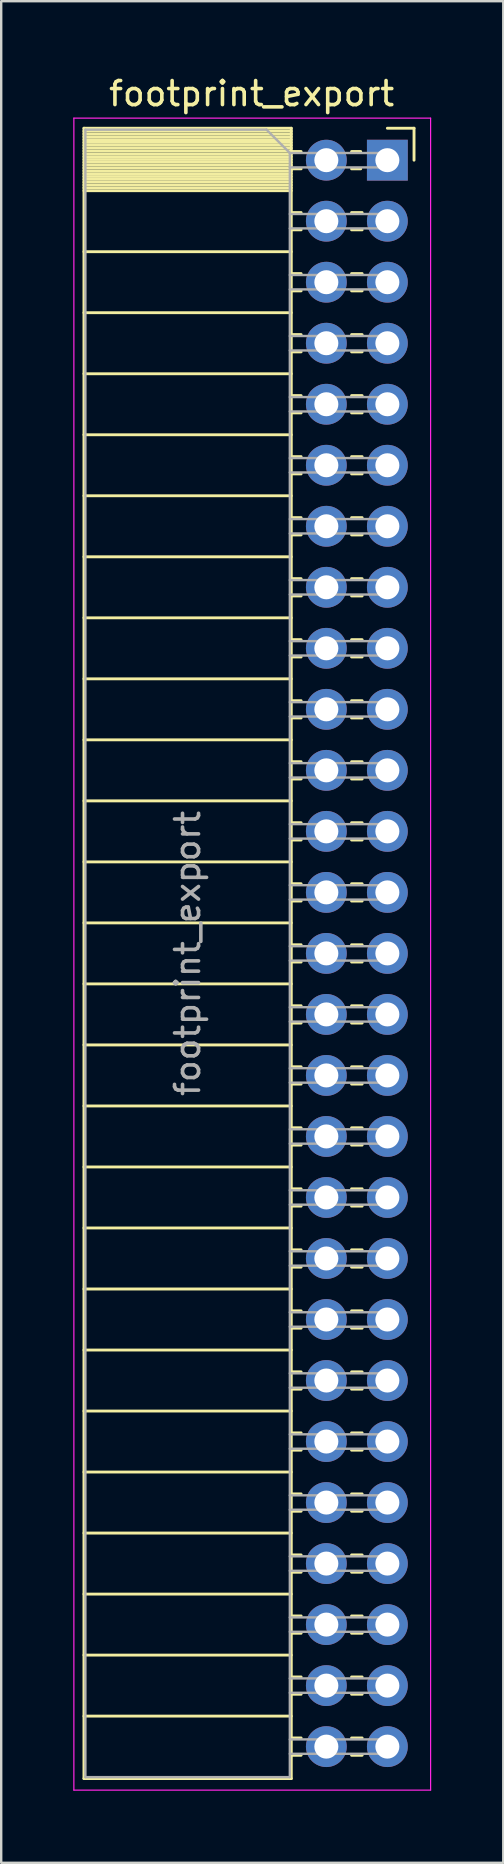
<source format=kicad_pcb>
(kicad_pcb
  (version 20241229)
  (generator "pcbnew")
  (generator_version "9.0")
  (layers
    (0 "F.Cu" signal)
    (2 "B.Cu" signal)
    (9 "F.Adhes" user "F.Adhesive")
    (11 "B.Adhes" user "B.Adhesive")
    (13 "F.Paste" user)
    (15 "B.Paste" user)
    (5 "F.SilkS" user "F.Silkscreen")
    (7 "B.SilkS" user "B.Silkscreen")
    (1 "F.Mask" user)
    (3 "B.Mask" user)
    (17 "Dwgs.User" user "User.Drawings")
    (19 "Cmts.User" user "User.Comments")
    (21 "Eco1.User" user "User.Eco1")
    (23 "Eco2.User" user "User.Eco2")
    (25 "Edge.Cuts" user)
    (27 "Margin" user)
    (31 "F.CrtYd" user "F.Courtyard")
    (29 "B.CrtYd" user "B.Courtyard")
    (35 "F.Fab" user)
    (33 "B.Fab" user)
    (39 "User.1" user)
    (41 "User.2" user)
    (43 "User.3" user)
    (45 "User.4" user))
  (footprint "footprint_export"
    (layer "F.Cu")
    (at 13.075 3.618)
    (property "Reference" "footprint_export" (at -5.65 -2.77 0) (layer "F.SilkS") (effects (font (size 1 1) (thickness 0.15))))
    (attr through_hole)
    (fp_line (start -12.63 -1.33) (end -12.63 67.37) (stroke (width 0.12) (type solid)) (layer "F.SilkS"))
    (fp_line (start -12.63 -1.33) (end -4 -1.33) (stroke (width 0.12) (type solid)) (layer "F.SilkS"))
    (fp_line (start -12.63 -1.21) (end -4 -1.21) (stroke (width 0.12) (type solid)) (layer "F.SilkS"))
    (fp_line (start -12.63 -1.092) (end -4 -1.092) (stroke (width 0.12) (type solid)) (layer "F.SilkS"))
    (fp_line (start -12.63 -0.974) (end -4 -0.974) (stroke (width 0.12) (type solid)) (layer "F.SilkS"))
    (fp_line (start -12.63 -0.856) (end -4 -0.856) (stroke (width 0.12) (type solid)) (layer "F.SilkS"))
    (fp_line (start -12.63 -0.738) (end -4 -0.738) (stroke (width 0.12) (type solid)) (layer "F.SilkS"))
    (fp_line (start -12.63 -0.62) (end -4 -0.62) (stroke (width 0.12) (type solid)) (layer "F.SilkS"))
    (fp_line (start -12.63 -0.501) (end -4 -0.501) (stroke (width 0.12) (type solid)) (layer "F.SilkS"))
    (fp_line (start -12.63 -0.383) (end -4 -0.383) (stroke (width 0.12) (type solid)) (layer "F.SilkS"))
    (fp_line (start -12.63 -0.265) (end -4 -0.265) (stroke (width 0.12) (type solid)) (layer "F.SilkS"))
    (fp_line (start -12.63 -0.147) (end -4 -0.147) (stroke (width 0.12) (type solid)) (layer "F.SilkS"))
    (fp_line (start -12.63 -0.029) (end -4 -0.029) (stroke (width 0.12) (type solid)) (layer "F.SilkS"))
    (fp_line (start -12.63 0.089) (end -4 0.089) (stroke (width 0.12) (type solid)) (layer "F.SilkS"))
    (fp_line (start -12.63 0.207) (end -4 0.207) (stroke (width 0.12) (type solid)) (layer "F.SilkS"))
    (fp_line (start -12.63 0.325) (end -4 0.325) (stroke (width 0.12) (type solid)) (layer "F.SilkS"))
    (fp_line (start -12.63 0.443) (end -4 0.443) (stroke (width 0.12) (type solid)) (layer "F.SilkS"))
    (fp_line (start -12.63 0.561) (end -4 0.561) (stroke (width 0.12) (type solid)) (layer "F.SilkS"))
    (fp_line (start -12.63 0.68) (end -4 0.68) (stroke (width 0.12) (type solid)) (layer "F.SilkS"))
    (fp_line (start -12.63 0.798) (end -4 0.798) (stroke (width 0.12) (type solid)) (layer "F.SilkS"))
    (fp_line (start -12.63 0.916) (end -4 0.916) (stroke (width 0.12) (type solid)) (layer "F.SilkS"))
    (fp_line (start -12.63 1.034) (end -4 1.034) (stroke (width 0.12) (type solid)) (layer "F.SilkS"))
    (fp_line (start -12.63 1.152) (end -4 1.152) (stroke (width 0.12) (type solid)) (layer "F.SilkS"))
    (fp_line (start -12.63 1.27) (end -4 1.27) (stroke (width 0.12) (type solid)) (layer "F.SilkS"))
    (fp_line (start -12.63 3.81) (end -4 3.81) (stroke (width 0.12) (type solid)) (layer "F.SilkS"))
    (fp_line (start -12.63 6.35) (end -4 6.35) (stroke (width 0.12) (type solid)) (layer "F.SilkS"))
    (fp_line (start -12.63 8.89) (end -4 8.89) (stroke (width 0.12) (type solid)) (layer "F.SilkS"))
    (fp_line (start -12.63 11.43) (end -4 11.43) (stroke (width 0.12) (type solid)) (layer "F.SilkS"))
    (fp_line (start -12.63 13.97) (end -4 13.97) (stroke (width 0.12) (type solid)) (layer "F.SilkS"))
    (fp_line (start -12.63 16.51) (end -4 16.51) (stroke (width 0.12) (type solid)) (layer "F.SilkS"))
    (fp_line (start -12.63 19.05) (end -4 19.05) (stroke (width 0.12) (type solid)) (layer "F.SilkS"))
    (fp_line (start -12.63 21.59) (end -4 21.59) (stroke (width 0.12) (type solid)) (layer "F.SilkS"))
    (fp_line (start -12.63 24.13) (end -4 24.13) (stroke (width 0.12) (type solid)) (layer "F.SilkS"))
    (fp_line (start -12.63 26.67) (end -4 26.67) (stroke (width 0.12) (type solid)) (layer "F.SilkS"))
    (fp_line (start -12.63 29.21) (end -4 29.21) (stroke (width 0.12) (type solid)) (layer "F.SilkS"))
    (fp_line (start -12.63 31.75) (end -4 31.75) (stroke (width 0.12) (type solid)) (layer "F.SilkS"))
    (fp_line (start -12.63 34.29) (end -4 34.29) (stroke (width 0.12) (type solid)) (layer "F.SilkS"))
    (fp_line (start -12.63 36.83) (end -4 36.83) (stroke (width 0.12) (type solid)) (layer "F.SilkS"))
    (fp_line (start -12.63 39.37) (end -4 39.37) (stroke (width 0.12) (type solid)) (layer "F.SilkS"))
    (fp_line (start -12.63 41.91) (end -4 41.91) (stroke (width 0.12) (type solid)) (layer "F.SilkS"))
    (fp_line (start -12.63 44.45) (end -4 44.45) (stroke (width 0.12) (type solid)) (layer "F.SilkS"))
    (fp_line (start -12.63 46.99) (end -4 46.99) (stroke (width 0.12) (type solid)) (layer "F.SilkS"))
    (fp_line (start -12.63 49.53) (end -4 49.53) (stroke (width 0.12) (type solid)) (layer "F.SilkS"))
    (fp_line (start -12.63 52.07) (end -4 52.07) (stroke (width 0.12) (type solid)) (layer "F.SilkS"))
    (fp_line (start -12.63 54.61) (end -4 54.61) (stroke (width 0.12) (type solid)) (layer "F.SilkS"))
    (fp_line (start -12.63 57.15) (end -4 57.15) (stroke (width 0.12) (type solid)) (layer "F.SilkS"))
    (fp_line (start -12.63 59.69) (end -4 59.69) (stroke (width 0.12) (type solid)) (layer "F.SilkS"))
    (fp_line (start -12.63 62.23) (end -4 62.23) (stroke (width 0.12) (type solid)) (layer "F.SilkS"))
    (fp_line (start -12.63 64.77) (end -4 64.77) (stroke (width 0.12) (type solid)) (layer "F.SilkS"))
    (fp_line (start -12.63 67.37) (end -4 67.37) (stroke (width 0.12) (type solid)) (layer "F.SilkS"))
    (fp_line (start -4 -1.33) (end -4 67.37) (stroke (width 0.12) (type solid)) (layer "F.SilkS"))
    (fp_line (start -4 -0.36) (end -3.59 -0.36) (stroke (width 0.12) (type solid)) (layer "F.SilkS"))
    (fp_line (start -4 0.36) (end -3.59 0.36) (stroke (width 0.12) (type solid)) (layer "F.SilkS"))
    (fp_line (start -4 2.18) (end -3.59 2.18) (stroke (width 0.12) (type solid)) (layer "F.SilkS"))
    (fp_line (start -4 2.9) (end -3.59 2.9) (stroke (width 0.12) (type solid)) (layer "F.SilkS"))
    (fp_line (start -4 4.72) (end -3.59 4.72) (stroke (width 0.12) (type solid)) (layer "F.SilkS"))
    (fp_line (start -4 5.44) (end -3.59 5.44) (stroke (width 0.12) (type solid)) (layer "F.SilkS"))
    (fp_line (start -4 7.26) (end -3.59 7.26) (stroke (width 0.12) (type solid)) (layer "F.SilkS"))
    (fp_line (start -4 7.98) (end -3.59 7.98) (stroke (width 0.12) (type solid)) (layer "F.SilkS"))
    (fp_line (start -4 9.8) (end -3.59 9.8) (stroke (width 0.12) (type solid)) (layer "F.SilkS"))
    (fp_line (start -4 10.52) (end -3.59 10.52) (stroke (width 0.12) (type solid)) (layer "F.SilkS"))
    (fp_line (start -4 12.34) (end -3.59 12.34) (stroke (width 0.12) (type solid)) (layer "F.SilkS"))
    (fp_line (start -4 13.06) (end -3.59 13.06) (stroke (width 0.12) (type solid)) (layer "F.SilkS"))
    (fp_line (start -4 14.88) (end -3.59 14.88) (stroke (width 0.12) (type solid)) (layer "F.SilkS"))
    (fp_line (start -4 15.6) (end -3.59 15.6) (stroke (width 0.12) (type solid)) (layer "F.SilkS"))
    (fp_line (start -4 17.42) (end -3.59 17.42) (stroke (width 0.12) (type solid)) (layer "F.SilkS"))
    (fp_line (start -4 18.14) (end -3.59 18.14) (stroke (width 0.12) (type solid)) (layer "F.SilkS"))
    (fp_line (start -4 19.96) (end -3.59 19.96) (stroke (width 0.12) (type solid)) (layer "F.SilkS"))
    (fp_line (start -4 20.68) (end -3.59 20.68) (stroke (width 0.12) (type solid)) (layer "F.SilkS"))
    (fp_line (start -4 22.5) (end -3.59 22.5) (stroke (width 0.12) (type solid)) (layer "F.SilkS"))
    (fp_line (start -4 23.22) (end -3.59 23.22) (stroke (width 0.12) (type solid)) (layer "F.SilkS"))
    (fp_line (start -4 25.04) (end -3.59 25.04) (stroke (width 0.12) (type solid)) (layer "F.SilkS"))
    (fp_line (start -4 25.76) (end -3.59 25.76) (stroke (width 0.12) (type solid)) (layer "F.SilkS"))
    (fp_line (start -4 27.58) (end -3.59 27.58) (stroke (width 0.12) (type solid)) (layer "F.SilkS"))
    (fp_line (start -4 28.3) (end -3.59 28.3) (stroke (width 0.12) (type solid)) (layer "F.SilkS"))
    (fp_line (start -4 30.12) (end -3.59 30.12) (stroke (width 0.12) (type solid)) (layer "F.SilkS"))
    (fp_line (start -4 30.84) (end -3.59 30.84) (stroke (width 0.12) (type solid)) (layer "F.SilkS"))
    (fp_line (start -4 32.66) (end -3.59 32.66) (stroke (width 0.12) (type solid)) (layer "F.SilkS"))
    (fp_line (start -4 33.38) (end -3.59 33.38) (stroke (width 0.12) (type solid)) (layer "F.SilkS"))
    (fp_line (start -4 35.2) (end -3.59 35.2) (stroke (width 0.12) (type solid)) (layer "F.SilkS"))
    (fp_line (start -4 35.92) (end -3.59 35.92) (stroke (width 0.12) (type solid)) (layer "F.SilkS"))
    (fp_line (start -4 37.74) (end -3.59 37.74) (stroke (width 0.12) (type solid)) (layer "F.SilkS"))
    (fp_line (start -4 38.46) (end -3.59 38.46) (stroke (width 0.12) (type solid)) (layer "F.SilkS"))
    (fp_line (start -4 40.28) (end -3.59 40.28) (stroke (width 0.12) (type solid)) (layer "F.SilkS"))
    (fp_line (start -4 41) (end -3.59 41) (stroke (width 0.12) (type solid)) (layer "F.SilkS"))
    (fp_line (start -4 42.82) (end -3.59 42.82) (stroke (width 0.12) (type solid)) (layer "F.SilkS"))
    (fp_line (start -4 43.54) (end -3.59 43.54) (stroke (width 0.12) (type solid)) (layer "F.SilkS"))
    (fp_line (start -4 45.36) (end -3.59 45.36) (stroke (width 0.12) (type solid)) (layer "F.SilkS"))
    (fp_line (start -4 46.08) (end -3.59 46.08) (stroke (width 0.12) (type solid)) (layer "F.SilkS"))
    (fp_line (start -4 47.9) (end -3.59 47.9) (stroke (width 0.12) (type solid)) (layer "F.SilkS"))
    (fp_line (start -4 48.62) (end -3.59 48.62) (stroke (width 0.12) (type solid)) (layer "F.SilkS"))
    (fp_line (start -4 50.44) (end -3.59 50.44) (stroke (width 0.12) (type solid)) (layer "F.SilkS"))
    (fp_line (start -4 51.16) (end -3.59 51.16) (stroke (width 0.12) (type solid)) (layer "F.SilkS"))
    (fp_line (start -4 52.98) (end -3.59 52.98) (stroke (width 0.12) (type solid)) (layer "F.SilkS"))
    (fp_line (start -4 53.7) (end -3.59 53.7) (stroke (width 0.12) (type solid)) (layer "F.SilkS"))
    (fp_line (start -4 55.52) (end -3.59 55.52) (stroke (width 0.12) (type solid)) (layer "F.SilkS"))
    (fp_line (start -4 56.24) (end -3.59 56.24) (stroke (width 0.12) (type solid)) (layer "F.SilkS"))
    (fp_line (start -4 58.06) (end -3.59 58.06) (stroke (width 0.12) (type solid)) (layer "F.SilkS"))
    (fp_line (start -4 58.78) (end -3.59 58.78) (stroke (width 0.12) (type solid)) (layer "F.SilkS"))
    (fp_line (start -4 60.6) (end -3.59 60.6) (stroke (width 0.12) (type solid)) (layer "F.SilkS"))
    (fp_line (start -4 61.32) (end -3.59 61.32) (stroke (width 0.12) (type solid)) (layer "F.SilkS"))
    (fp_line (start -4 63.14) (end -3.59 63.14) (stroke (width 0.12) (type solid)) (layer "F.SilkS"))
    (fp_line (start -4 63.86) (end -3.59 63.86) (stroke (width 0.12) (type solid)) (layer "F.SilkS"))
    (fp_line (start -4 65.68) (end -3.59 65.68) (stroke (width 0.12) (type solid)) (layer "F.SilkS"))
    (fp_line (start -4 66.4) (end -3.59 66.4) (stroke (width 0.12) (type solid)) (layer "F.SilkS"))
    (fp_line (start -1.49 -0.36) (end -1.11 -0.36) (stroke (width 0.12) (type solid)) (layer "F.SilkS"))
    (fp_line (start -1.49 0.36) (end -1.11 0.36) (stroke (width 0.12) (type solid)) (layer "F.SilkS"))
    (fp_line (start -1.49 2.18) (end -1.05 2.18) (stroke (width 0.12) (type solid)) (layer "F.SilkS"))
    (fp_line (start -1.49 2.9) (end -1.05 2.9) (stroke (width 0.12) (type solid)) (layer "F.SilkS"))
    (fp_line (start -1.49 4.72) (end -1.05 4.72) (stroke (width 0.12) (type solid)) (layer "F.SilkS"))
    (fp_line (start -1.49 5.44) (end -1.05 5.44) (stroke (width 0.12) (type solid)) (layer "F.SilkS"))
    (fp_line (start -1.49 7.26) (end -1.05 7.26) (stroke (width 0.12) (type solid)) (layer "F.SilkS"))
    (fp_line (start -1.49 7.98) (end -1.05 7.98) (stroke (width 0.12) (type solid)) (layer "F.SilkS"))
    (fp_line (start -1.49 9.8) (end -1.05 9.8) (stroke (width 0.12) (type solid)) (layer "F.SilkS"))
    (fp_line (start -1.49 10.52) (end -1.05 10.52) (stroke (width 0.12) (type solid)) (layer "F.SilkS"))
    (fp_line (start -1.49 12.34) (end -1.05 12.34) (stroke (width 0.12) (type solid)) (layer "F.SilkS"))
    (fp_line (start -1.49 13.06) (end -1.05 13.06) (stroke (width 0.12) (type solid)) (layer "F.SilkS"))
    (fp_line (start -1.49 14.88) (end -1.05 14.88) (stroke (width 0.12) (type solid)) (layer "F.SilkS"))
    (fp_line (start -1.49 15.6) (end -1.05 15.6) (stroke (width 0.12) (type solid)) (layer "F.SilkS"))
    (fp_line (start -1.49 17.42) (end -1.05 17.42) (stroke (width 0.12) (type solid)) (layer "F.SilkS"))
    (fp_line (start -1.49 18.14) (end -1.05 18.14) (stroke (width 0.12) (type solid)) (layer "F.SilkS"))
    (fp_line (start -1.49 19.96) (end -1.05 19.96) (stroke (width 0.12) (type solid)) (layer "F.SilkS"))
    (fp_line (start -1.49 20.68) (end -1.05 20.68) (stroke (width 0.12) (type solid)) (layer "F.SilkS"))
    (fp_line (start -1.49 22.5) (end -1.05 22.5) (stroke (width 0.12) (type solid)) (layer "F.SilkS"))
    (fp_line (start -1.49 23.22) (end -1.05 23.22) (stroke (width 0.12) (type solid)) (layer "F.SilkS"))
    (fp_line (start -1.49 25.04) (end -1.05 25.04) (stroke (width 0.12) (type solid)) (layer "F.SilkS"))
    (fp_line (start -1.49 25.76) (end -1.05 25.76) (stroke (width 0.12) (type solid)) (layer "F.SilkS"))
    (fp_line (start -1.49 27.58) (end -1.05 27.58) (stroke (width 0.12) (type solid)) (layer "F.SilkS"))
    (fp_line (start -1.49 28.3) (end -1.05 28.3) (stroke (width 0.12) (type solid)) (layer "F.SilkS"))
    (fp_line (start -1.49 30.12) (end -1.05 30.12) (stroke (width 0.12) (type solid)) (layer "F.SilkS"))
    (fp_line (start -1.49 30.84) (end -1.05 30.84) (stroke (width 0.12) (type solid)) (layer "F.SilkS"))
    (fp_line (start -1.49 32.66) (end -1.05 32.66) (stroke (width 0.12) (type solid)) (layer "F.SilkS"))
    (fp_line (start -1.49 33.38) (end -1.05 33.38) (stroke (width 0.12) (type solid)) (layer "F.SilkS"))
    (fp_line (start -1.49 35.2) (end -1.05 35.2) (stroke (width 0.12) (type solid)) (layer "F.SilkS"))
    (fp_line (start -1.49 35.92) (end -1.05 35.92) (stroke (width 0.12) (type solid)) (layer "F.SilkS"))
    (fp_line (start -1.49 37.74) (end -1.05 37.74) (stroke (width 0.12) (type solid)) (layer "F.SilkS"))
    (fp_line (start -1.49 38.46) (end -1.05 38.46) (stroke (width 0.12) (type solid)) (layer "F.SilkS"))
    (fp_line (start -1.49 40.28) (end -1.05 40.28) (stroke (width 0.12) (type solid)) (layer "F.SilkS"))
    (fp_line (start -1.49 41) (end -1.05 41) (stroke (width 0.12) (type solid)) (layer "F.SilkS"))
    (fp_line (start -1.49 42.82) (end -1.05 42.82) (stroke (width 0.12) (type solid)) (layer "F.SilkS"))
    (fp_line (start -1.49 43.54) (end -1.05 43.54) (stroke (width 0.12) (type solid)) (layer "F.SilkS"))
    (fp_line (start -1.49 45.36) (end -1.05 45.36) (stroke (width 0.12) (type solid)) (layer "F.SilkS"))
    (fp_line (start -1.49 46.08) (end -1.05 46.08) (stroke (width 0.12) (type solid)) (layer "F.SilkS"))
    (fp_line (start -1.49 47.9) (end -1.05 47.9) (stroke (width 0.12) (type solid)) (layer "F.SilkS"))
    (fp_line (start -1.49 48.62) (end -1.05 48.62) (stroke (width 0.12) (type solid)) (layer "F.SilkS"))
    (fp_line (start -1.49 50.44) (end -1.05 50.44) (stroke (width 0.12) (type solid)) (layer "F.SilkS"))
    (fp_line (start -1.49 51.16) (end -1.05 51.16) (stroke (width 0.12) (type solid)) (layer "F.SilkS"))
    (fp_line (start -1.49 52.98) (end -1.05 52.98) (stroke (width 0.12) (type solid)) (layer "F.SilkS"))
    (fp_line (start -1.49 53.7) (end -1.05 53.7) (stroke (width 0.12) (type solid)) (layer "F.SilkS"))
    (fp_line (start -1.49 55.52) (end -1.05 55.52) (stroke (width 0.12) (type solid)) (layer "F.SilkS"))
    (fp_line (start -1.49 56.24) (end -1.05 56.24) (stroke (width 0.12) (type solid)) (layer "F.SilkS"))
    (fp_line (start -1.49 58.06) (end -1.05 58.06) (stroke (width 0.12) (type solid)) (layer "F.SilkS"))
    (fp_line (start -1.49 58.78) (end -1.05 58.78) (stroke (width 0.12) (type solid)) (layer "F.SilkS"))
    (fp_line (start -1.49 60.6) (end -1.05 60.6) (stroke (width 0.12) (type solid)) (layer "F.SilkS"))
    (fp_line (start -1.49 61.32) (end -1.05 61.32) (stroke (width 0.12) (type solid)) (layer "F.SilkS"))
    (fp_line (start -1.49 63.14) (end -1.05 63.14) (stroke (width 0.12) (type solid)) (layer "F.SilkS"))
    (fp_line (start -1.49 63.86) (end -1.05 63.86) (stroke (width 0.12) (type solid)) (layer "F.SilkS"))
    (fp_line (start -1.49 65.68) (end -1.05 65.68) (stroke (width 0.12) (type solid)) (layer "F.SilkS"))
    (fp_line (start -1.49 66.4) (end -1.05 66.4) (stroke (width 0.12) (type solid)) (layer "F.SilkS"))
    (fp_line (start 0 -1.33) (end 1.11 -1.33) (stroke (width 0.12) (type solid)) (layer "F.SilkS"))
    (fp_line (start 1.11 -1.33) (end 1.11 0) (stroke (width 0.12) (type solid)) (layer "F.SilkS"))
    (fp_line (start -13.05 -1.75) (end -13.05 67.85) (stroke (width 0.05) (type solid)) (layer "F.CrtYd"))
    (fp_line (start -13.05 67.85) (end 1.8 67.85) (stroke (width 0.05) (type solid)) (layer "F.CrtYd"))
    (fp_line (start 1.8 -1.75) (end -13.05 -1.75) (stroke (width 0.05) (type solid)) (layer "F.CrtYd"))
    (fp_line (start 1.8 67.85) (end 1.8 -1.75) (stroke (width 0.05) (type solid)) (layer "F.CrtYd"))
    (fp_line (start -12.57 -1.27) (end -5.03 -1.27) (stroke (width 0.1) (type solid)) (layer "F.Fab"))
    (fp_line (start -12.57 67.31) (end -12.57 -1.27) (stroke (width 0.1) (type solid)) (layer "F.Fab"))
    (fp_line (start -5.03 -1.27) (end -4.06 -0.3) (stroke (width 0.1) (type solid)) (layer "F.Fab"))
    (fp_line (start -4.06 -0.3) (end -4.06 67.31) (stroke (width 0.1) (type solid)) (layer "F.Fab"))
    (fp_line (start -4.06 0.3) (end 0 0.3) (stroke (width 0.1) (type solid)) (layer "F.Fab"))
    (fp_line (start -4.06 2.84) (end 0 2.84) (stroke (width 0.1) (type solid)) (layer "F.Fab"))
    (fp_line (start -4.06 5.38) (end 0 5.38) (stroke (width 0.1) (type solid)) (layer "F.Fab"))
    (fp_line (start -4.06 7.92) (end 0 7.92) (stroke (width 0.1) (type solid)) (layer "F.Fab"))
    (fp_line (start -4.06 10.46) (end 0 10.46) (stroke (width 0.1) (type solid)) (layer "F.Fab"))
    (fp_line (start -4.06 13) (end 0 13) (stroke (width 0.1) (type solid)) (layer "F.Fab"))
    (fp_line (start -4.06 15.54) (end 0 15.54) (stroke (width 0.1) (type solid)) (layer "F.Fab"))
    (fp_line (start -4.06 18.08) (end 0 18.08) (stroke (width 0.1) (type solid)) (layer "F.Fab"))
    (fp_line (start -4.06 20.62) (end 0 20.62) (stroke (width 0.1) (type solid)) (layer "F.Fab"))
    (fp_line (start -4.06 23.16) (end 0 23.16) (stroke (width 0.1) (type solid)) (layer "F.Fab"))
    (fp_line (start -4.06 25.7) (end 0 25.7) (stroke (width 0.1) (type solid)) (layer "F.Fab"))
    (fp_line (start -4.06 28.24) (end 0 28.24) (stroke (width 0.1) (type solid)) (layer "F.Fab"))
    (fp_line (start -4.06 30.78) (end 0 30.78) (stroke (width 0.1) (type solid)) (layer "F.Fab"))
    (fp_line (start -4.06 33.32) (end 0 33.32) (stroke (width 0.1) (type solid)) (layer "F.Fab"))
    (fp_line (start -4.06 35.86) (end 0 35.86) (stroke (width 0.1) (type solid)) (layer "F.Fab"))
    (fp_line (start -4.06 38.4) (end 0 38.4) (stroke (width 0.1) (type solid)) (layer "F.Fab"))
    (fp_line (start -4.06 40.94) (end 0 40.94) (stroke (width 0.1) (type solid)) (layer "F.Fab"))
    (fp_line (start -4.06 43.48) (end 0 43.48) (stroke (width 0.1) (type solid)) (layer "F.Fab"))
    (fp_line (start -4.06 46.02) (end 0 46.02) (stroke (width 0.1) (type solid)) (layer "F.Fab"))
    (fp_line (start -4.06 48.56) (end 0 48.56) (stroke (width 0.1) (type solid)) (layer "F.Fab"))
    (fp_line (start -4.06 51.1) (end 0 51.1) (stroke (width 0.1) (type solid)) (layer "F.Fab"))
    (fp_line (start -4.06 53.64) (end 0 53.64) (stroke (width 0.1) (type solid)) (layer "F.Fab"))
    (fp_line (start -4.06 56.18) (end 0 56.18) (stroke (width 0.1) (type solid)) (layer "F.Fab"))
    (fp_line (start -4.06 58.72) (end 0 58.72) (stroke (width 0.1) (type solid)) (layer "F.Fab"))
    (fp_line (start -4.06 61.26) (end 0 61.26) (stroke (width 0.1) (type solid)) (layer "F.Fab"))
    (fp_line (start -4.06 63.8) (end 0 63.8) (stroke (width 0.1) (type solid)) (layer "F.Fab"))
    (fp_line (start -4.06 66.34) (end 0 66.34) (stroke (width 0.1) (type solid)) (layer "F.Fab"))
    (fp_line (start -4.06 67.31) (end -12.57 67.31) (stroke (width 0.1) (type solid)) (layer "F.Fab"))
    (fp_line (start 0 -0.3) (end -4.06 -0.3) (stroke (width 0.1) (type solid)) (layer "F.Fab"))
    (fp_line (start 0 0.3) (end 0 -0.3) (stroke (width 0.1) (type solid)) (layer "F.Fab"))
    (fp_line (start 0 2.24) (end -4.06 2.24) (stroke (width 0.1) (type solid)) (layer "F.Fab"))
    (fp_line (start 0 2.84) (end 0 2.24) (stroke (width 0.1) (type solid)) (layer "F.Fab"))
    (fp_line (start 0 4.78) (end -4.06 4.78) (stroke (width 0.1) (type solid)) (layer "F.Fab"))
    (fp_line (start 0 5.38) (end 0 4.78) (stroke (width 0.1) (type solid)) (layer "F.Fab"))
    (fp_line (start 0 7.32) (end -4.06 7.32) (stroke (width 0.1) (type solid)) (layer "F.Fab"))
    (fp_line (start 0 7.92) (end 0 7.32) (stroke (width 0.1) (type solid)) (layer "F.Fab"))
    (fp_line (start 0 9.86) (end -4.06 9.86) (stroke (width 0.1) (type solid)) (layer "F.Fab"))
    (fp_line (start 0 10.46) (end 0 9.86) (stroke (width 0.1) (type solid)) (layer "F.Fab"))
    (fp_line (start 0 12.4) (end -4.06 12.4) (stroke (width 0.1) (type solid)) (layer "F.Fab"))
    (fp_line (start 0 13) (end 0 12.4) (stroke (width 0.1) (type solid)) (layer "F.Fab"))
    (fp_line (start 0 14.94) (end -4.06 14.94) (stroke (width 0.1) (type solid)) (layer "F.Fab"))
    (fp_line (start 0 15.54) (end 0 14.94) (stroke (width 0.1) (type solid)) (layer "F.Fab"))
    (fp_line (start 0 17.48) (end -4.06 17.48) (stroke (width 0.1) (type solid)) (layer "F.Fab"))
    (fp_line (start 0 18.08) (end 0 17.48) (stroke (width 0.1) (type solid)) (layer "F.Fab"))
    (fp_line (start 0 20.02) (end -4.06 20.02) (stroke (width 0.1) (type solid)) (layer "F.Fab"))
    (fp_line (start 0 20.62) (end 0 20.02) (stroke (width 0.1) (type solid)) (layer "F.Fab"))
    (fp_line (start 0 22.56) (end -4.06 22.56) (stroke (width 0.1) (type solid)) (layer "F.Fab"))
    (fp_line (start 0 23.16) (end 0 22.56) (stroke (width 0.1) (type solid)) (layer "F.Fab"))
    (fp_line (start 0 25.1) (end -4.06 25.1) (stroke (width 0.1) (type solid)) (layer "F.Fab"))
    (fp_line (start 0 25.7) (end 0 25.1) (stroke (width 0.1) (type solid)) (layer "F.Fab"))
    (fp_line (start 0 27.64) (end -4.06 27.64) (stroke (width 0.1) (type solid)) (layer "F.Fab"))
    (fp_line (start 0 28.24) (end 0 27.64) (stroke (width 0.1) (type solid)) (layer "F.Fab"))
    (fp_line (start 0 30.18) (end -4.06 30.18) (stroke (width 0.1) (type solid)) (layer "F.Fab"))
    (fp_line (start 0 30.78) (end 0 30.18) (stroke (width 0.1) (type solid)) (layer "F.Fab"))
    (fp_line (start 0 32.72) (end -4.06 32.72) (stroke (width 0.1) (type solid)) (layer "F.Fab"))
    (fp_line (start 0 33.32) (end 0 32.72) (stroke (width 0.1) (type solid)) (layer "F.Fab"))
    (fp_line (start 0 35.26) (end -4.06 35.26) (stroke (width 0.1) (type solid)) (layer "F.Fab"))
    (fp_line (start 0 35.86) (end 0 35.26) (stroke (width 0.1) (type solid)) (layer "F.Fab"))
    (fp_line (start 0 37.8) (end -4.06 37.8) (stroke (width 0.1) (type solid)) (layer "F.Fab"))
    (fp_line (start 0 38.4) (end 0 37.8) (stroke (width 0.1) (type solid)) (layer "F.Fab"))
    (fp_line (start 0 40.34) (end -4.06 40.34) (stroke (width 0.1) (type solid)) (layer "F.Fab"))
    (fp_line (start 0 40.94) (end 0 40.34) (stroke (width 0.1) (type solid)) (layer "F.Fab"))
    (fp_line (start 0 42.88) (end -4.06 42.88) (stroke (width 0.1) (type solid)) (layer "F.Fab"))
    (fp_line (start 0 43.48) (end 0 42.88) (stroke (width 0.1) (type solid)) (layer "F.Fab"))
    (fp_line (start 0 45.42) (end -4.06 45.42) (stroke (width 0.1) (type solid)) (layer "F.Fab"))
    (fp_line (start 0 46.02) (end 0 45.42) (stroke (width 0.1) (type solid)) (layer "F.Fab"))
    (fp_line (start 0 47.96) (end -4.06 47.96) (stroke (width 0.1) (type solid)) (layer "F.Fab"))
    (fp_line (start 0 48.56) (end 0 47.96) (stroke (width 0.1) (type solid)) (layer "F.Fab"))
    (fp_line (start 0 50.5) (end -4.06 50.5) (stroke (width 0.1) (type solid)) (layer "F.Fab"))
    (fp_line (start 0 51.1) (end 0 50.5) (stroke (width 0.1) (type solid)) (layer "F.Fab"))
    (fp_line (start 0 53.04) (end -4.06 53.04) (stroke (width 0.1) (type solid)) (layer "F.Fab"))
    (fp_line (start 0 53.64) (end 0 53.04) (stroke (width 0.1) (type solid)) (layer "F.Fab"))
    (fp_line (start 0 55.58) (end -4.06 55.58) (stroke (width 0.1) (type solid)) (layer "F.Fab"))
    (fp_line (start 0 56.18) (end 0 55.58) (stroke (width 0.1) (type solid)) (layer "F.Fab"))
    (fp_line (start 0 58.12) (end -4.06 58.12) (stroke (width 0.1) (type solid)) (layer "F.Fab"))
    (fp_line (start 0 58.72) (end 0 58.12) (stroke (width 0.1) (type solid)) (layer "F.Fab"))
    (fp_line (start 0 60.66) (end -4.06 60.66) (stroke (width 0.1) (type solid)) (layer "F.Fab"))
    (fp_line (start 0 61.26) (end 0 60.66) (stroke (width 0.1) (type solid)) (layer "F.Fab"))
    (fp_line (start 0 63.2) (end -4.06 63.2) (stroke (width 0.1) (type solid)) (layer "F.Fab"))
    (fp_line (start 0 63.8) (end 0 63.2) (stroke (width 0.1) (type solid)) (layer "F.Fab"))
    (fp_line (start 0 65.74) (end -4.06 65.74) (stroke (width 0.1) (type solid)) (layer "F.Fab"))
    (fp_line (start 0 66.34) (end 0 65.74) (stroke (width 0.1) (type solid)) (layer "F.Fab"))
    (fp_text user "${REFERENCE}" (at -8.315 33.02 90) (layer "F.Fab") (effects (font (size 1 1) (thickness 0.15))))
    (pad "1" thru_hole rect (at 0 0) (size 1.7 1.7) (drill 1) (layers "*.Cu" "*.Mask"))
    (pad "2" thru_hole oval (at -2.54 0) (size 1.7 1.7) (drill 1) (layers "*.Cu" "*.Mask"))
    (pad "3" thru_hole oval (at 0 2.54) (size 1.7 1.7) (drill 1) (layers "*.Cu" "*.Mask"))
    (pad "4" thru_hole oval (at -2.54 2.54) (size 1.7 1.7) (drill 1) (layers "*.Cu" "*.Mask"))
    (pad "5" thru_hole oval (at 0 5.08) (size 1.7 1.7) (drill 1) (layers "*.Cu" "*.Mask"))
    (pad "6" thru_hole oval (at -2.54 5.08) (size 1.7 1.7) (drill 1) (layers "*.Cu" "*.Mask"))
    (pad "7" thru_hole oval (at 0 7.62) (size 1.7 1.7) (drill 1) (layers "*.Cu" "*.Mask"))
    (pad "8" thru_hole oval (at -2.54 7.62) (size 1.7 1.7) (drill 1) (layers "*.Cu" "*.Mask"))
    (pad "9" thru_hole oval (at 0 10.16) (size 1.7 1.7) (drill 1) (layers "*.Cu" "*.Mask"))
    (pad "10" thru_hole oval (at -2.54 10.16) (size 1.7 1.7) (drill 1) (layers "*.Cu" "*.Mask"))
    (pad "11" thru_hole oval (at 0 12.7) (size 1.7 1.7) (drill 1) (layers "*.Cu" "*.Mask"))
    (pad "12" thru_hole oval (at -2.54 12.7) (size 1.7 1.7) (drill 1) (layers "*.Cu" "*.Mask"))
    (pad "13" thru_hole oval (at 0 15.24) (size 1.7 1.7) (drill 1) (layers "*.Cu" "*.Mask"))
    (pad "14" thru_hole oval (at -2.54 15.24) (size 1.7 1.7) (drill 1) (layers "*.Cu" "*.Mask"))
    (pad "15" thru_hole oval (at 0 17.78) (size 1.7 1.7) (drill 1) (layers "*.Cu" "*.Mask"))
    (pad "16" thru_hole oval (at -2.54 17.78) (size 1.7 1.7) (drill 1) (layers "*.Cu" "*.Mask"))
    (pad "17" thru_hole oval (at 0 20.32) (size 1.7 1.7) (drill 1) (layers "*.Cu" "*.Mask"))
    (pad "18" thru_hole oval (at -2.54 20.32) (size 1.7 1.7) (drill 1) (layers "*.Cu" "*.Mask"))
    (pad "19" thru_hole oval (at 0 22.86) (size 1.7 1.7) (drill 1) (layers "*.Cu" "*.Mask"))
    (pad "20" thru_hole oval (at -2.54 22.86) (size 1.7 1.7) (drill 1) (layers "*.Cu" "*.Mask"))
    (pad "21" thru_hole oval (at 0 25.4) (size 1.7 1.7) (drill 1) (layers "*.Cu" "*.Mask"))
    (pad "22" thru_hole oval (at -2.54 25.4) (size 1.7 1.7) (drill 1) (layers "*.Cu" "*.Mask"))
    (pad "23" thru_hole oval (at 0 27.94) (size 1.7 1.7) (drill 1) (layers "*.Cu" "*.Mask"))
    (pad "24" thru_hole oval (at -2.54 27.94) (size 1.7 1.7) (drill 1) (layers "*.Cu" "*.Mask"))
    (pad "25" thru_hole oval (at 0 30.48) (size 1.7 1.7) (drill 1) (layers "*.Cu" "*.Mask"))
    (pad "26" thru_hole oval (at -2.54 30.48) (size 1.7 1.7) (drill 1) (layers "*.Cu" "*.Mask"))
    (pad "27" thru_hole oval (at 0 33.02) (size 1.7 1.7) (drill 1) (layers "*.Cu" "*.Mask"))
    (pad "28" thru_hole oval (at -2.54 33.02) (size 1.7 1.7) (drill 1) (layers "*.Cu" "*.Mask"))
    (pad "29" thru_hole oval (at 0 35.56) (size 1.7 1.7) (drill 1) (layers "*.Cu" "*.Mask"))
    (pad "30" thru_hole oval (at -2.54 35.56) (size 1.7 1.7) (drill 1) (layers "*.Cu" "*.Mask"))
    (pad "31" thru_hole oval (at 0 38.1) (size 1.7 1.7) (drill 1) (layers "*.Cu" "*.Mask"))
    (pad "32" thru_hole oval (at -2.54 38.1) (size 1.7 1.7) (drill 1) (layers "*.Cu" "*.Mask"))
    (pad "33" thru_hole oval (at 0 40.64) (size 1.7 1.7) (drill 1) (layers "*.Cu" "*.Mask"))
    (pad "34" thru_hole oval (at -2.54 40.64) (size 1.7 1.7) (drill 1) (layers "*.Cu" "*.Mask"))
    (pad "35" thru_hole oval (at 0 43.18) (size 1.7 1.7) (drill 1) (layers "*.Cu" "*.Mask"))
    (pad "36" thru_hole oval (at -2.54 43.18) (size 1.7 1.7) (drill 1) (layers "*.Cu" "*.Mask"))
    (pad "37" thru_hole oval (at 0 45.72) (size 1.7 1.7) (drill 1) (layers "*.Cu" "*.Mask"))
    (pad "38" thru_hole oval (at -2.54 45.72) (size 1.7 1.7) (drill 1) (layers "*.Cu" "*.Mask"))
    (pad "39" thru_hole oval (at 0 48.26) (size 1.7 1.7) (drill 1) (layers "*.Cu" "*.Mask"))
    (pad "40" thru_hole oval (at -2.54 48.26) (size 1.7 1.7) (drill 1) (layers "*.Cu" "*.Mask"))
    (pad "41" thru_hole oval (at 0 50.8) (size 1.7 1.7) (drill 1) (layers "*.Cu" "*.Mask"))
    (pad "42" thru_hole oval (at -2.54 50.8) (size 1.7 1.7) (drill 1) (layers "*.Cu" "*.Mask"))
    (pad "43" thru_hole oval (at 0 53.34) (size 1.7 1.7) (drill 1) (layers "*.Cu" "*.Mask"))
    (pad "44" thru_hole oval (at -2.54 53.34) (size 1.7 1.7) (drill 1) (layers "*.Cu" "*.Mask"))
    (pad "45" thru_hole oval (at 0 55.88) (size 1.7 1.7) (drill 1) (layers "*.Cu" "*.Mask"))
    (pad "46" thru_hole oval (at -2.54 55.88) (size 1.7 1.7) (drill 1) (layers "*.Cu" "*.Mask"))
    (pad "47" thru_hole oval (at 0 58.42) (size 1.7 1.7) (drill 1) (layers "*.Cu" "*.Mask"))
    (pad "48" thru_hole oval (at -2.54 58.42) (size 1.7 1.7) (drill 1) (layers "*.Cu" "*.Mask"))
    (pad "49" thru_hole oval (at 0 60.96) (size 1.7 1.7) (drill 1) (layers "*.Cu" "*.Mask"))
    (pad "50" thru_hole oval (at -2.54 60.96) (size 1.7 1.7) (drill 1) (layers "*.Cu" "*.Mask"))
    (pad "51" thru_hole oval (at 0 63.5) (size 1.7 1.7) (drill 1) (layers "*.Cu" "*.Mask"))
    (pad "52" thru_hole oval (at -2.54 63.5) (size 1.7 1.7) (drill 1) (layers "*.Cu" "*.Mask"))
    (pad "53" thru_hole oval (at 0 66.04) (size 1.7 1.7) (drill 1) (layers "*.Cu" "*.Mask"))
    (pad "54" thru_hole oval (at -2.54 66.04) (size 1.7 1.7) (drill 1) (layers "*.Cu" "*.Mask")))
  (gr_rect
    (start -3 -3)
    (end 17.9 74.493)
    (stroke (width 0.1) (type default))
    (fill no)
    (layer "Edge.Cuts")))
</source>
